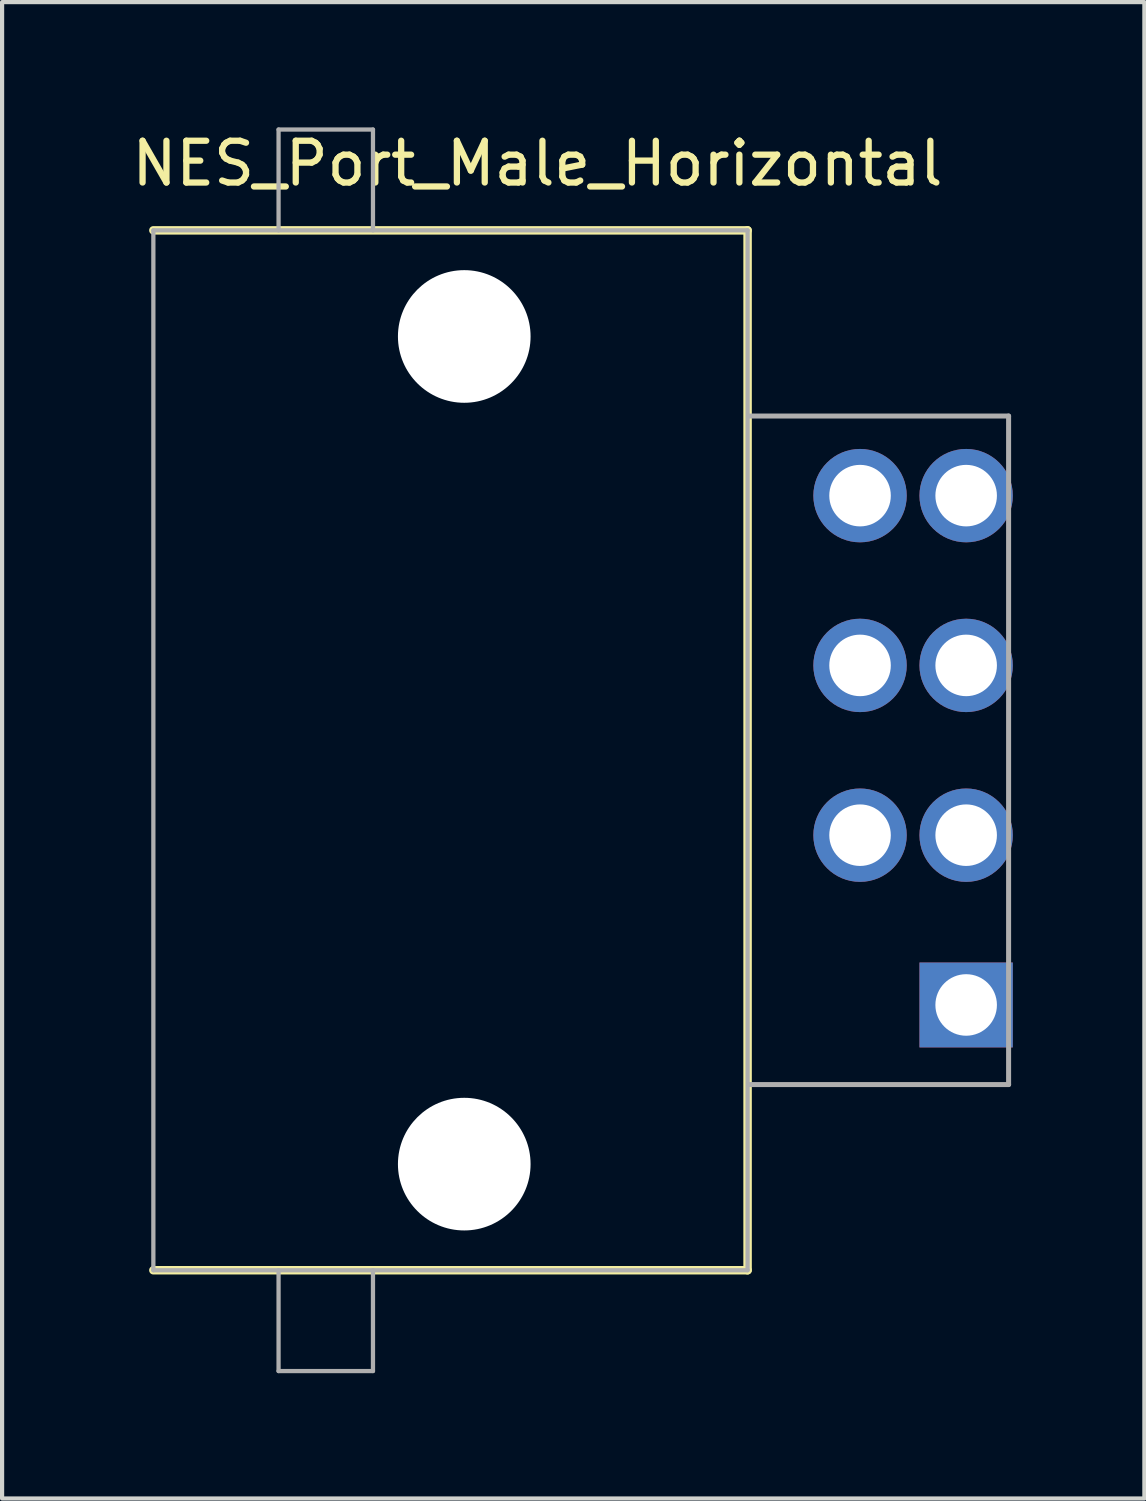
<source format=kicad_pcb>
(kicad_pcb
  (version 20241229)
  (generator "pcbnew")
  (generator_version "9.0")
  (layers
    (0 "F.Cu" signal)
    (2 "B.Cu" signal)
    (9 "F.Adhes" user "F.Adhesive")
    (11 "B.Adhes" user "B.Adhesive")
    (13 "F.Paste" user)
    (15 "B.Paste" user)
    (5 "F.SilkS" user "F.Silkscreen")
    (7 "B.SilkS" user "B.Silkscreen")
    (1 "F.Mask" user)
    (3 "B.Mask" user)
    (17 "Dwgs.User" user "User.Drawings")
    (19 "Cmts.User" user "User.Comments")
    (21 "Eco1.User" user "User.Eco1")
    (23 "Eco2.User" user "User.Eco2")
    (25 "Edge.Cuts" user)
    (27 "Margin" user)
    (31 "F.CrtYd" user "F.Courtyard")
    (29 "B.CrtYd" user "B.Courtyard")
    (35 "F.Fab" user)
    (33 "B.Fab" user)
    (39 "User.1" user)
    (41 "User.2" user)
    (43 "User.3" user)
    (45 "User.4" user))
  (footprint "NES_Port_Male_Horizontal"
    (layer "F.Cu")
    (at 21.093 14.91)
    (property "Reference" "NES_Port_Male_Horizontal" (at -11.278 -14.046 0) (layer "F.SilkS") (effects (font (size 1 1) (thickness 0.15))))
    (attr through_hole)
    (fp_line (start -20.472 -12.446) (end -6.248 -12.446) (stroke (width 0.203) (type solid)) (layer "F.SilkS"))
    (fp_line (start -6.248 -12.446) (end -6.248 12.446) (stroke (width 0.203) (type solid)) (layer "F.SilkS"))
    (fp_line (start -6.248 12.446) (end -20.472 12.446) (stroke (width 0.203) (type solid)) (layer "F.SilkS"))
    (fp_line (start -20.472 -12.446) (end -20.472 12.446) (stroke (width 0.102) (type solid)) (layer "F.Fab"))
    (fp_line (start -20.472 -12.446) (end -6.248 -12.446) (stroke (width 0.102) (type solid)) (layer "F.Fab"))
    (fp_line (start -17.475 -14.859) (end -15.215 -14.859) (stroke (width 0.102) (type solid)) (layer "F.Fab"))
    (fp_line (start -17.475 -12.446) (end -17.475 -14.859) (stroke (width 0.102) (type solid)) (layer "F.Fab"))
    (fp_line (start -17.475 12.446) (end -17.475 14.859) (stroke (width 0.102) (type solid)) (layer "F.Fab"))
    (fp_line (start -17.475 14.859) (end -15.215 14.859) (stroke (width 0.102) (type solid)) (layer "F.Fab"))
    (fp_line (start -15.215 -14.859) (end -15.215 -12.446) (stroke (width 0.102) (type solid)) (layer "F.Fab"))
    (fp_line (start -15.215 14.859) (end -15.215 12.446) (stroke (width 0.102) (type solid)) (layer "F.Fab"))
    (fp_line (start -6.248 -12.446) (end -6.248 12.446) (stroke (width 0.102) (type solid)) (layer "F.Fab"))
    (fp_line (start -6.248 12.446) (end -20.472 12.446) (stroke (width 0.102) (type solid)) (layer "F.Fab"))
    (fp_line (start -6.223 -8.001) (end 0 -8.001) (stroke (width 0.12) (type solid)) (layer "F.Fab"))
    (fp_line (start -6.223 8.001) (end 0 8.001) (stroke (width 0.12) (type solid)) (layer "F.Fab"))
    (fp_line (start 0 -8.001) (end 0 8.001) (stroke (width 0.12) (type solid)) (layer "F.Fab"))
    (pad "" np_thru_hole circle (at -13.03 -9.906) (size 3.175 3.175) (drill 3.175) (layers "*.Cu" "*.Mask"))
    (pad "" np_thru_hole circle (at -13.03 9.906) (size 3.175 3.175) (drill 3.175) (layers "*.Cu" "*.Mask"))
    (pad "1" thru_hole rect (at -1.016 6.096) (size 2.235 2.032) (drill 1.473) (layers "*.Cu" "*.Mask"))
    (pad "2" thru_hole circle (at -1.016 2.032) (size 2.235 2.235) (drill 1.473) (layers "*.Cu" "*.Mask"))
    (pad "3" thru_hole circle (at -1.016 -2.032) (size 2.235 2.235) (drill 1.473) (layers "*.Cu" "*.Mask"))
    (pad "4" thru_hole circle (at -1.016 -6.096) (size 2.235 2.235) (drill 1.473) (layers "*.Cu" "*.Mask"))
    (pad "5" thru_hole circle (at -3.556 -6.096) (size 2.235 2.235) (drill 1.473) (layers "*.Cu" "*.Mask"))
    (pad "6" thru_hole circle (at -3.556 -2.032) (size 2.235 2.235) (drill 1.473) (layers "*.Cu" "*.Mask"))
    (pad "7" thru_hole circle (at -3.556 2.032) (size 2.235 2.235) (drill 1.473) (layers "*.Cu" "*.Mask")))
  (gr_rect
    (start -3 -3)
    (end 24.343 32.82)
    (stroke (width 0.1) (type default))
    (fill no)
    (layer "Edge.Cuts")))
</source>
